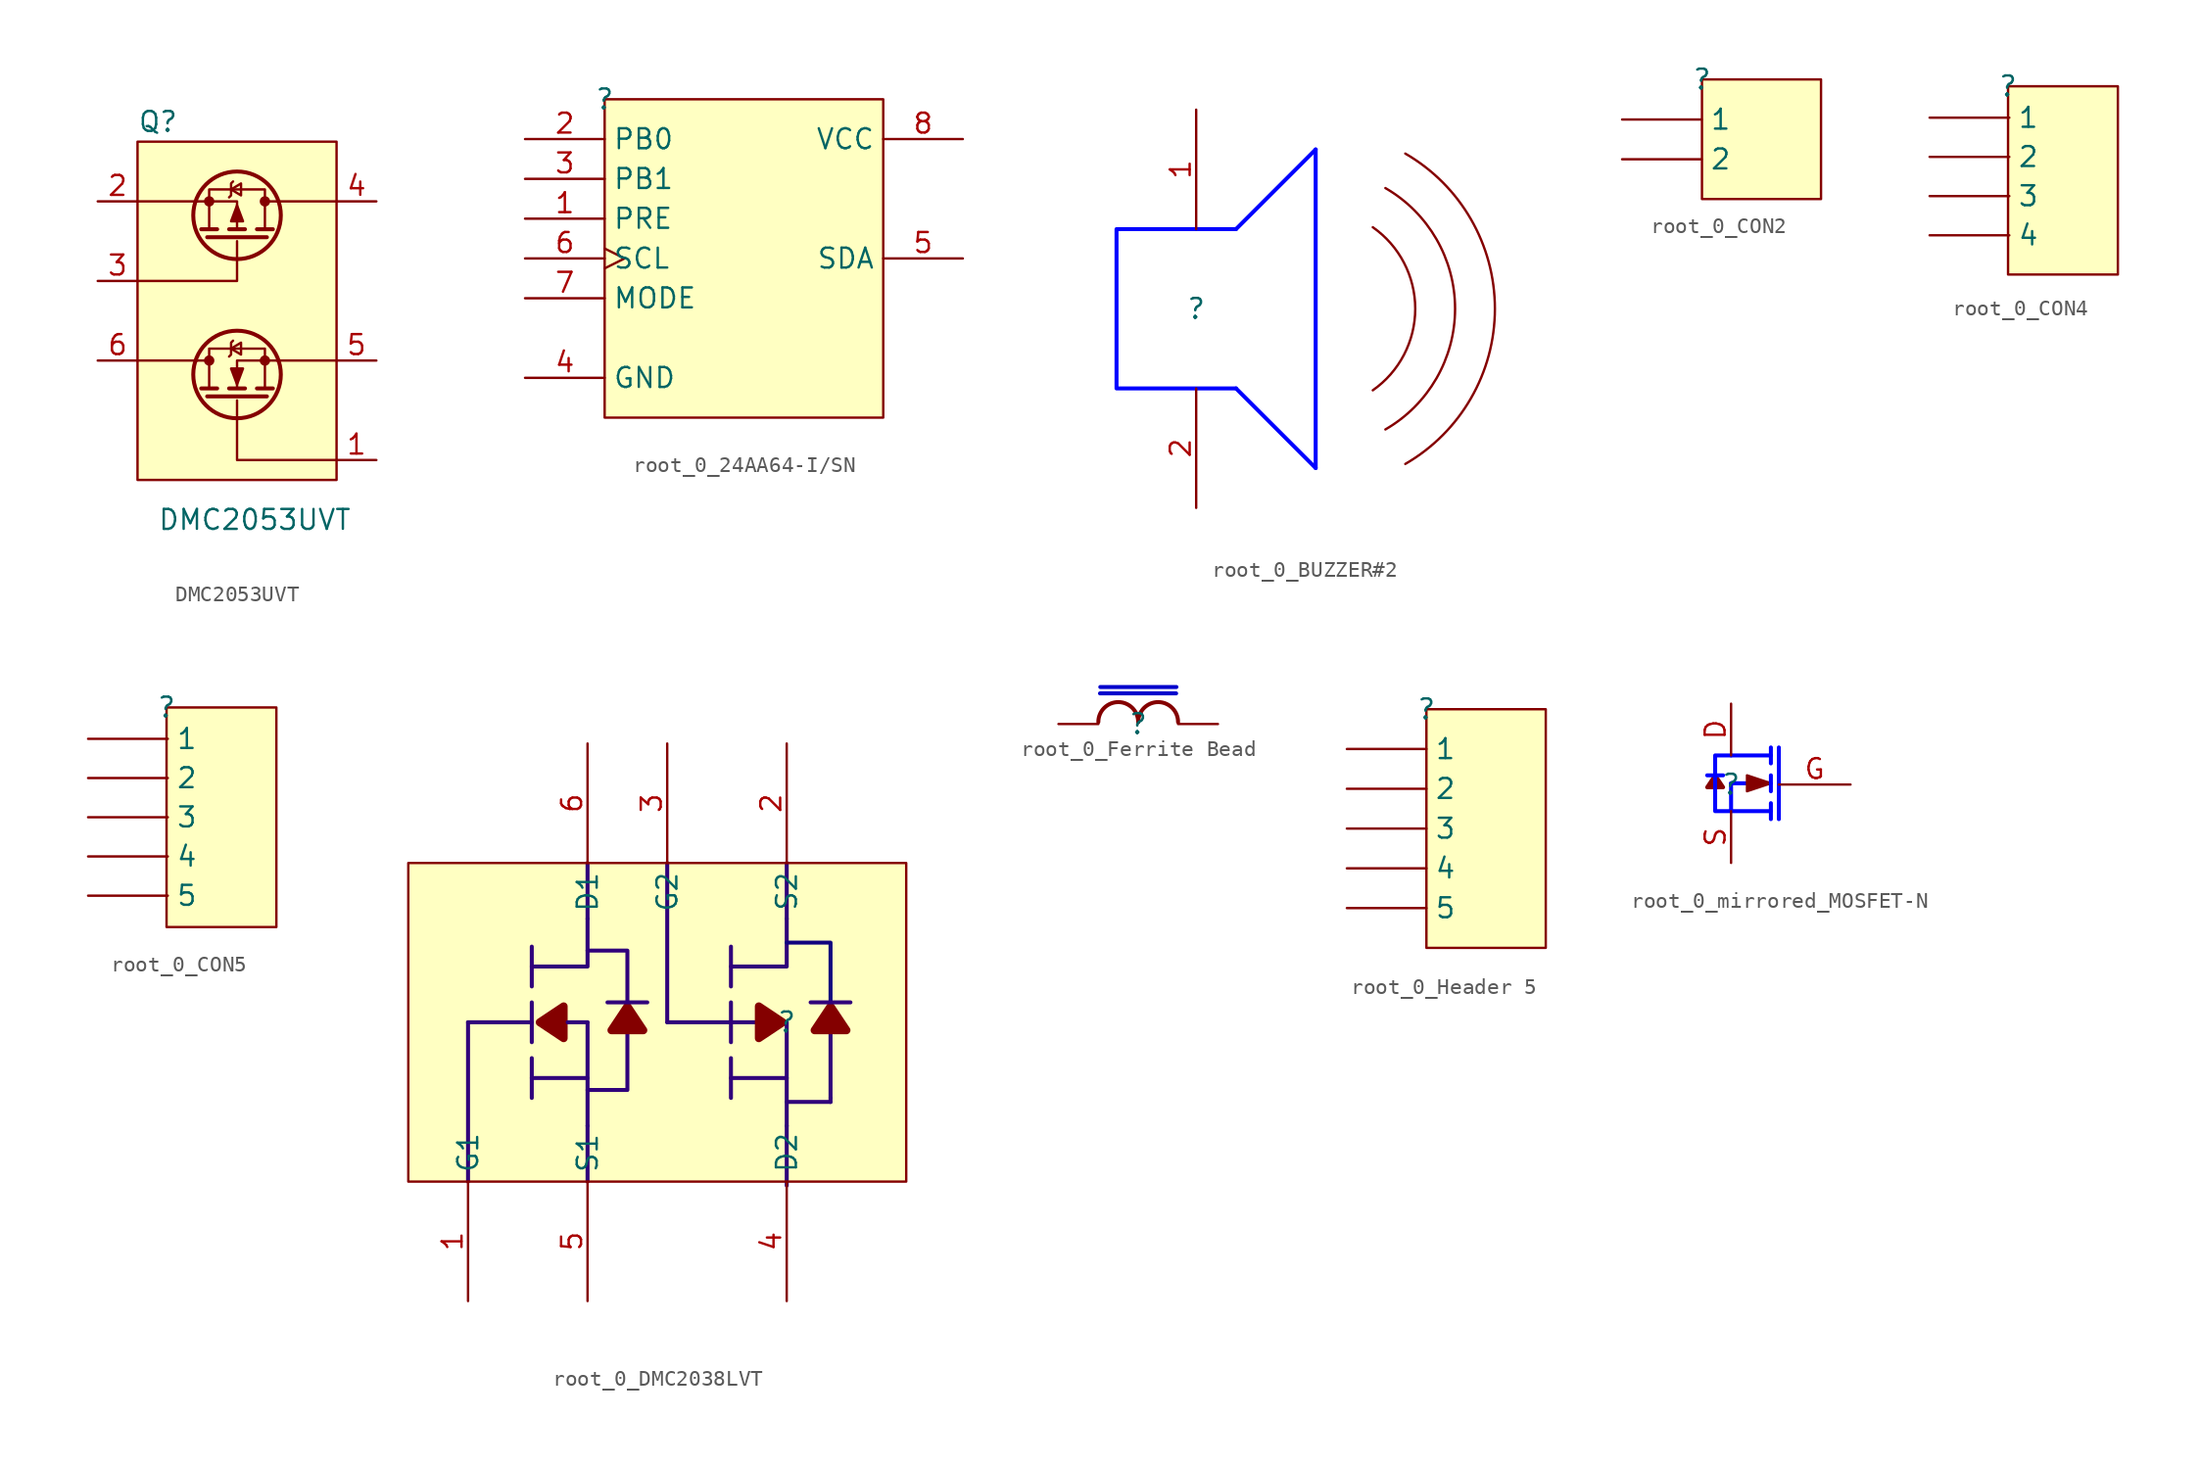
<source format=kicad_sym>
(kicad_symbol_lib
  (version 20220914)
  (generator kicad_symbol_editor)
  (symbol "DMC2053UVT"
    (pin_names hide)
    (property "Reference" "Q"
      (at -6.35 -12.7 0)
      (effects (font (size 1.27 1.27)) (justify left)))
    (property "Value" "DMC2053UVT"
      (at -5.08 -38.1 0)
      (effects (font (size 1.27 1.27)) (justify left)))
    (symbol "DMC2053UVT_0_1"
      (circle (center -1.778 -27.94) (radius 0.254) (stroke (width 0) (type default)) (fill (type outline)))
      (circle (center -1.778 -17.78) (radius 0.254) (stroke (width 0) (type default)) (fill (type outline)))
      (circle (center 0 -28.829) (radius 2.794) (stroke (width 0.254) (type default)) (fill (type none)))
      (circle (center 0 -18.669) (radius 2.794) (stroke (width 0.254) (type default)) (fill (type none)))
      (polyline (pts (xy -6.35 -27.94) (xy -2.54 -27.94)) (stroke (width 0) (type default)) (fill (type none)))
      (polyline (pts (xy -6.35 -17.78) (xy -2.54 -17.78)) (stroke (width 0) (type default)) (fill (type none)))
      (polyline (pts (xy -2.54 -27.94) (xy -1.778 -27.94)) (stroke (width 0) (type default)) (fill (type none)))
      (polyline (pts (xy -2.286 -29.718) (xy -1.27 -29.718)) (stroke (width 0.254) (type default)) (fill (type none)))
      (polyline (pts (xy -1.905 -30.226) (xy 1.905 -30.226)) (stroke (width 0.254) (type default)) (fill (type none)))
      (polyline (pts (xy -1.27 -19.558) (xy -2.286 -19.558)) (stroke (width 0.254) (type default)) (fill (type none)))
      (polyline (pts (xy -0.508 -29.718) (xy 0.508 -29.718)) (stroke (width 0.254) (type default)) (fill (type none)))
      (polyline (pts (xy 0.508 -19.558) (xy -0.508 -19.558)) (stroke (width 0.254) (type default)) (fill (type none)))
      (polyline (pts (xy 1.27 -29.718) (xy 2.286 -29.718)) (stroke (width 0.254) (type default)) (fill (type none)))
      (polyline (pts (xy 1.905 -20.066) (xy -1.905 -20.066)) (stroke (width 0.254) (type default)) (fill (type none)))
      (polyline (pts (xy 2.286 -19.558) (xy 1.27 -19.558)) (stroke (width 0.254) (type default)) (fill (type none)))
      (polyline (pts (xy 2.54 -17.78) (xy 1.778 -17.78)) (stroke (width 0) (type default)) (fill (type none)))
      (polyline (pts (xy 6.35 -27.94) (xy 2.54 -27.94)) (stroke (width 0) (type default)) (fill (type none)))
      (polyline (pts (xy 6.35 -17.78) (xy 2.54 -17.78)) (stroke (width 0) (type default)) (fill (type none)))
      (polyline (pts (xy -2.54 -17.78) (xy 0 -17.78) (xy 0 -19.558)) (stroke (width 0) (type default)) (fill (type none)))
      (polyline (pts (xy 0 -20.32) (xy 0 -22.86) (xy -6.35 -22.86)) (stroke (width 0) (type default)) (fill (type none)))
      (polyline (pts (xy 2.54 -27.94) (xy 0 -27.94) (xy 0 -29.718)) (stroke (width 0) (type default)) (fill (type none)))
      (polyline (pts (xy 6.35 -34.29) (xy 0 -34.29) (xy 0 -30.48)) (stroke (width 0) (type default)) (fill (type none)))
      (polyline (pts (xy -1.778 -19.558) (xy -1.778 -17.018) (xy 1.778 -17.018) (xy 1.778 -19.558)) (stroke (width 0) (type default)) (fill (type none)))
      (polyline (pts (xy 1.778 -29.718) (xy 1.778 -27.178) (xy -1.778 -27.178) (xy -1.778 -29.718)) (stroke (width 0) (type default)) (fill (type none)))
      (circle (center 1.778 -27.94) (radius 0.254) (stroke (width 0) (type default)) (fill (type outline)))
      (circle (center 1.778 -17.78) (radius 0.254) (stroke (width 0) (type default)) (fill (type outline))))
    (symbol "DMC2053UVT_1_1"
      (rectangle (start -6.35 -13.97) (end 6.35 -35.56) (stroke (width 0) (type default)) (fill (type background)))
      (polyline (pts (xy -0.508 -27.686) (xy -0.381 -27.559) (xy -0.381 -26.797) (xy -0.254 -26.67)) (stroke (width 0) (type default)) (fill (type none)))
      (polyline (pts (xy -0.508 -17.526) (xy -0.381 -17.399) (xy -0.381 -16.637) (xy -0.254 -16.51)) (stroke (width 0) (type default)) (fill (type none)))
      (polyline (pts (xy -0.381 -27.178) (xy 0.254 -27.559) (xy 0.254 -26.797) (xy -0.381 -27.178)) (stroke (width 0) (type default)) (fill (type none)))
      (polyline (pts (xy -0.381 -17.018) (xy 0.254 -17.399) (xy 0.254 -16.637) (xy -0.381 -17.018)) (stroke (width 0) (type default)) (fill (type none)))
      (polyline (pts (xy 0 -29.464) (xy -0.381 -28.448) (xy 0.381 -28.448) (xy 0 -29.464)) (stroke (width 0) (type default)) (fill (type outline)))
      (polyline (pts (xy 0 -18.034) (xy 0.381 -19.05) (xy -0.381 -19.05) (xy 0 -18.034)) (stroke (width 0) (type default)) (fill (type outline)))
      (pin passive line (at 8.89 -34.29 180) (length 2.54) (name "G" (effects (font (size 1.27 1.27)))) (number "1" (effects (font (size 1.27 1.27)))))
      (pin passive line (at -8.89 -17.78 0) (length 2.54) (name "S" (effects (font (size 1.27 1.27)))) (number "2" (effects (font (size 1.27 1.27)))))
      (pin passive line (at -8.89 -22.86 0) (length 2.54) (name "G" (effects (font (size 1.27 1.27)))) (number "3" (effects (font (size 1.27 1.27)))))
      (pin passive line (at 8.89 -17.78 180) (length 2.54) (name "D" (effects (font (size 1.27 1.27)))) (number "4" (effects (font (size 1.27 1.27)))))
      (pin passive line (at 8.89 -27.94 180) (length 2.54) (name "S" (effects (font (size 1.27 1.27)))) (number "5" (effects (font (size 1.27 1.27)))))
      (pin passive line (at -8.89 -27.94 0) (length 2.54) (name "D" (effects (font (size 1.27 1.27)))) (number "6" (effects (font (size 1.27 1.27)))))))
  (symbol "root_0_24AA64-I/SN"
    (property "Reference" ""
      (at 0 0 0)
      (effects (font (size 1.27 1.27))))
    (property "Value" ""
      (at 0 0 0)
      (effects (font (size 1.27 1.27))))
    (symbol "root_0_24AA64-I/SN_1_0"
      (rectangle (start 17.78 0) (end 0 -20.32) (stroke (width 0) (type solid)) (fill (type background)))
      (pin input line (at -5.08 -7.62 0) (length 5.08) (name "PRE" (effects (font (size 1.27 1.27)))) (number "1" (effects (font (size 1.27 1.27)))))
      (pin input line (at -5.08 -2.54 0) (length 5.08) (name "PB0" (effects (font (size 1.27 1.27)))) (number "2" (effects (font (size 1.27 1.27)))))
      (pin input line (at -5.08 -5.08 0) (length 5.08) (name "PB1" (effects (font (size 1.27 1.27)))) (number "3" (effects (font (size 1.27 1.27)))))
      (pin power_in line (at -5.08 -17.78 0) (length 5.08) (name "GND" (effects (font (size 1.27 1.27)))) (number "4" (effects (font (size 1.27 1.27)))))
      (pin bidirectional line (at 22.86 -10.16 180) (length 5.08) (name "SDA" (effects (font (size 1.27 1.27)))) (number "5" (effects (font (size 1.27 1.27)))))
      (pin input clock (at -5.08 -10.16 0) (length 5.08) (name "SCL" (effects (font (size 1.27 1.27)))) (number "6" (effects (font (size 1.27 1.27)))))
      (pin input line (at -5.08 -12.7 0) (length 5.08) (name "MODE" (effects (font (size 1.27 1.27)))) (number "7" (effects (font (size 1.27 1.27)))))
      (pin power_in line (at 22.86 -2.54 180) (length 5.08) (name "VCC" (effects (font (size 1.27 1.27)))) (number "8" (effects (font (size 1.27 1.27)))))))
  (symbol "root_0_BUZZER#2"
    (property "Reference" ""
      (at 0 0 0)
      (effects (font (size 1.27 1.27))))
    (property "Value" ""
      (at 0 0 0)
      (effects (font (size 1.27 1.27))))
    (symbol "root_0_BUZZER#2_1_0"
      (polyline (pts (xy 7.62 10.16) (xy 7.62 -10.16)) (stroke (width 0.254) (type solid) (color 0 0 255 1)) (fill (type none)))
      (polyline (pts (xy 2.54 -5.08) (xy 7.62 -10.16) (xy 7.62 -10.16)) (stroke (width 0.254) (type solid) (color 0 0 255 1)) (fill (type none)))
      (polyline (pts (xy 2.54 5.08) (xy 7.62 10.16) (xy 7.62 10.16)) (stroke (width 0.254) (type solid) (color 0 0 255 1)) (fill (type none)))
      (polyline (pts (xy 2.54 5.08) (xy -5.08 5.08) (xy -5.08 -5.08) (xy 2.54 -5.08)) (stroke (width 0.254) (type solid) (color 0 0 255 1)) (fill (type none)))
      (arc (start 11.2622 -5.2016) (mid 13.97 0) (end 11.2622 5.2016) (stroke (width 0) (type solid)) (fill (type none)))
      (arc (start 12.065 -7.699) (mid 16.51 0) (end 12.065 7.699) (stroke (width 0) (type solid)) (fill (type none)))
      (arc (start 13.335 -9.8987) (mid 19.05 0) (end 13.335 9.8987) (stroke (width 0) (type solid)) (fill (type none)))
      (pin passive line (at 0 12.7 270) (length 7.62) (name "1" (effects (font (size 0 0)))) (number "1" (effects (font (size 1.27 1.27)))))
      (pin passive line (at 0 -12.7 90) (length 7.62) (name "2" (effects (font (size 0 0)))) (number "2" (effects (font (size 1.27 1.27)))))))
  (symbol "root_0_CON2"
    (property "Reference" ""
      (at 0 0 0)
      (effects (font (size 1.27 1.27))))
    (property "Value" ""
      (at 0 0 0)
      (effects (font (size 1.27 1.27))))
    (symbol "root_0_CON2_1_0"
      (rectangle (start 7.6 0) (end 0 -7.64) (stroke (width 0) (type solid)) (fill (type background)))
      (pin passive line (at -5.1 -2.56 0) (length 5.08) (name "1" (effects (font (size 1.27 1.27)))) (number "1" (effects (font (size 0 0)))))
      (pin passive line (at -5.1 -5.1 0) (length 5.08) (name "2" (effects (font (size 1.27 1.27)))) (number "2" (effects (font (size 0 0)))))))
  (symbol "root_0_CON4"
    (property "Reference" ""
      (at 0 0 0)
      (effects (font (size 1.27 1.27))))
    (property "Value" ""
      (at 0 0 0)
      (effects (font (size 1.27 1.27))))
    (symbol "root_0_CON4_1_0"
      (rectangle (start 7 0) (end 0 -12) (stroke (width 0) (type solid)) (fill (type background)))
      (pin passive line (at -5 -2 0) (length 5.08) (name "1" (effects (font (size 1.27 1.27)))) (number "1" (effects (font (size 0 0)))))
      (pin passive line (at -5 -4.5 0) (length 5.08) (name "2" (effects (font (size 1.27 1.27)))) (number "2" (effects (font (size 0 0)))))
      (pin passive line (at -5 -7 0) (length 5.08) (name "3" (effects (font (size 1.27 1.27)))) (number "3" (effects (font (size 0 0)))))
      (pin passive line (at -5 -9.5 0) (length 5.08) (name "4" (effects (font (size 1.27 1.27)))) (number "4" (effects (font (size 0 0)))))))
  (symbol "root_0_CON5"
    (property "Reference" ""
      (at 0 0 0)
      (effects (font (size 1.27 1.27))))
    (property "Value" ""
      (at 0 0 0)
      (effects (font (size 1.27 1.27))))
    (symbol "root_0_CON5_1_0"
      (rectangle (start 7 0) (end 0 -14) (stroke (width 0) (type solid)) (fill (type background)))
      (pin passive line (at -5 -2 0) (length 5.08) (name "1" (effects (font (size 1.27 1.27)))) (number "1" (effects (font (size 0 0)))))
      (pin passive line (at -5 -4.5 0) (length 5.08) (name "2" (effects (font (size 1.27 1.27)))) (number "2" (effects (font (size 0 0)))))
      (pin passive line (at -5 -7 0) (length 5.08) (name "3" (effects (font (size 1.27 1.27)))) (number "3" (effects (font (size 0 0)))))
      (pin passive line (at -5 -9.5 0) (length 5.08) (name "4" (effects (font (size 1.27 1.27)))) (number "4" (effects (font (size 0 0)))))
      (pin passive line (at -5 -12 0) (length 5.08) (name "5" (effects (font (size 1.27 1.27)))) (number "5" (effects (font (size 0 0)))))))
  (symbol "root_0_DMC2038LVT"
    (property "Reference" ""
      (at 0 0 0)
      (effects (font (size 1.27 1.27))))
    (property "Value" ""
      (at 0 0 0)
      (effects (font (size 1.27 1.27))))
    (symbol "root_0_DMC2038LVT_1_0"
      (polyline (pts (xy -20.32 -10.16) (xy -20.32 0)) (stroke (width 0.254) (type solid) (color 48 0 123 1)) (fill (type none)))
      (polyline (pts (xy -20.32 0) (xy -16.256 0)) (stroke (width 0.254) (type solid) (color 48 0 123 1)) (fill (type none)))
      (polyline (pts (xy -16.256 -3.556) (xy -12.7 -3.556)) (stroke (width 0.254) (type solid) (color 48 0 123 1)) (fill (type none)))
      (polyline (pts (xy -16.256 -2.286) (xy -16.256 -4.826)) (stroke (width 0.254) (type solid) (color 48 0 123 1)) (fill (type none)))
      (polyline (pts (xy -16.256 1.27) (xy -16.256 -1.27)) (stroke (width 0.254) (type solid) (color 48 0 123 1)) (fill (type none)))
      (polyline (pts (xy -16.256 4.826) (xy -16.256 2.286)) (stroke (width 0.254) (type solid) (color 48 0 123 1)) (fill (type none)))
      (polyline (pts (xy -12.7 -6.604) (xy -12.7 -10.16)) (stroke (width 0.254) (type solid) (color 48 0 123 1)) (fill (type none)))
      (polyline (pts (xy -12.7 -6.604) (xy -12.7 0)) (stroke (width 0.254) (type solid) (color 48 0 123 1)) (fill (type none)))
      (polyline (pts (xy -12.7 0) (xy -13.97 0)) (stroke (width 0.254) (type solid) (color 48 0 123 1)) (fill (type none)))
      (polyline (pts (xy -12.7 6.604) (xy -12.7 10.16)) (stroke (width 0.254) (type solid) (color 48 0 123 1)) (fill (type none)))
      (polyline (pts (xy -8.89 1.27) (xy -11.43 1.27)) (stroke (width 0.254) (type solid) (color 48 0 123 1)) (fill (type none)))
      (polyline (pts (xy -7.62 0) (xy -7.62 10.16)) (stroke (width 0.254) (type solid) (color 48 0 123 1)) (fill (type none)))
      (polyline (pts (xy -3.556 -3.556) (xy 0 -3.556)) (stroke (width 0.254) (type solid) (color 48 0 123 1)) (fill (type none)))
      (polyline (pts (xy -3.556 -2.286) (xy -3.556 -4.826)) (stroke (width 0.254) (type solid) (color 48 0 123 1)) (fill (type none)))
      (polyline (pts (xy -3.556 0) (xy -7.62 0)) (stroke (width 0.254) (type solid) (color 48 0 123 1)) (fill (type none)))
      (polyline (pts (xy -3.556 1.27) (xy -3.556 -1.27)) (stroke (width 0.254) (type solid) (color 48 0 123 1)) (fill (type none)))
      (polyline (pts (xy -3.556 4.826) (xy -3.556 2.286)) (stroke (width 0.254) (type solid) (color 48 0 123 1)) (fill (type none)))
      (polyline (pts (xy -1.778 0) (xy -3.556 0)) (stroke (width 0.254) (type solid) (color 48 0 123 1)) (fill (type none)))
      (polyline (pts (xy 0 -6.604) (xy 0 -10.414)) (stroke (width 0.254) (type solid) (color 48 0 123 1)) (fill (type none)))
      (polyline (pts (xy 0 -5.08) (xy 2.794 -5.08)) (stroke (width 0.254) (type solid) (color 48 0 123 1)) (fill (type none)))
      (polyline (pts (xy 0 0) (xy 0 -6.604)) (stroke (width 0.254) (type solid) (color 48 0 123 1)) (fill (type none)))
      (polyline (pts (xy 0 6.604) (xy 0 10.16)) (stroke (width 0.254) (type solid) (color 48 0 123 1)) (fill (type none)))
      (polyline (pts (xy 2.794 -4.826) (xy 2.794 -5.08)) (stroke (width 0.254) (type solid) (color 48 0 123 1)) (fill (type none)))
      (polyline (pts (xy 2.794 -0.762) (xy 2.794 -4.826)) (stroke (width 0.254) (type solid) (color 48 0 123 1)) (fill (type none)))
      (polyline (pts (xy 4.064 1.27) (xy 1.524 1.27)) (stroke (width 0.254) (type solid) (color 48 0 123 1)) (fill (type none)))
      (polyline (pts (xy -16.256 3.556) (xy -12.7 3.556) (xy -12.7 6.604)) (stroke (width 0.254) (type solid) (color 48 0 123 1)) (fill (type none)))
      (polyline (pts (xy -10.16 -0.762) (xy -10.16 -4.318) (xy -12.7 -4.318)) (stroke (width 0.254) (type solid) (color 48 0 123 1)) (fill (type none)))
      (polyline (pts (xy -10.16 1.27) (xy -10.16 4.572) (xy -12.7 4.572)) (stroke (width 0.254) (type solid) (color 48 0 123 1)) (fill (type none)))
      (polyline (pts (xy -3.556 3.556) (xy 0 3.556) (xy 0 6.604)) (stroke (width 0.254) (type solid) (color 48 0 123 1)) (fill (type none)))
      (polyline (pts (xy 2.794 1.27) (xy 2.794 5.08) (xy 0 5.08)) (stroke (width 0.254) (type solid) (color 17 3 127 1)) (fill (type none)))
      (polyline (pts (xy -14.224 1.016) (xy -14.224 -1.016) (xy -15.748 0) (xy -14.224 1.016)) (stroke (width 0.508) (type solid)) (fill (type outline)))
      (polyline (pts (xy -9.144 -0.508) (xy -11.176 -0.508) (xy -10.16 1.016) (xy -9.144 -0.508)) (stroke (width 0.508) (type solid)) (fill (type outline)))
      (polyline (pts (xy -1.778 -1.016) (xy -1.778 1.016) (xy -0.254 0) (xy -1.778 -1.016)) (stroke (width 0.508) (type solid)) (fill (type outline)))
      (polyline (pts (xy 3.81 -0.508) (xy 1.778 -0.508) (xy 2.794 1.016) (xy 3.81 -0.508)) (stroke (width 0.508) (type solid)) (fill (type outline)))
      (rectangle (start 7.62 10.16) (end -24.13 -10.16) (stroke (width 0) (type solid)) (fill (type background)))
      (pin passive line (at -20.32 -17.78 90) (length 7.62) (name "G1" (effects (font (size 1.27 1.27)))) (number "1" (effects (font (size 1.27 1.27)))))
      (pin passive line (at 0 17.78 270) (length 7.62) (name "S2" (effects (font (size 1.27 1.27)))) (number "2" (effects (font (size 1.27 1.27)))))
      (pin passive line (at -7.62 17.78 270) (length 7.62) (name "G2" (effects (font (size 1.27 1.27)))) (number "3" (effects (font (size 1.27 1.27)))))
      (pin passive line (at 0 -17.78 90) (length 7.62) (name "D2" (effects (font (size 1.27 1.27)))) (number "4" (effects (font (size 1.27 1.27)))))
      (pin passive line (at -12.7 -17.78 90) (length 7.62) (name "S1" (effects (font (size 1.27 1.27)))) (number "5" (effects (font (size 1.27 1.27)))))
      (pin passive line (at -12.7 17.78 270) (length 7.62) (name "D1" (effects (font (size 1.27 1.27)))) (number "6" (effects (font (size 1.27 1.27)))))))
  (symbol "root_0_Ferrite Bead"
    (property "Reference" ""
      (at 0 0 0)
      (effects (font (size 1.27 1.27))))
    (property "Value" ""
      (at 0 0 0)
      (effects (font (size 1.27 1.27))))
    (symbol "root_0_Ferrite Bead_1_0"
      (arc (start -1.27 1.397) (mid -2.168 1.025) (end -2.54 0.127) (stroke (width 0.254) (type solid)) (fill (type none)))
      (polyline (pts (xy -2.435 1.952) (xy 2.417 1.952)) (stroke (width 0.254) (type solid) (color 0 0 204 1)) (fill (type none)))
      (polyline (pts (xy -2.416 2.359) (xy 2.436 2.359)) (stroke (width 0.254) (type solid) (color 0 0 204 1)) (fill (type none)))
      (arc (start 0 0.127) (mid -0.372 1.025) (end -1.27 1.397) (stroke (width 0.254) (type solid)) (fill (type none)))
      (arc (start 1.27 1.397) (mid 0.372 1.025) (end 0 0.127) (stroke (width 0.254) (type solid)) (fill (type none)))
      (arc (start 2.54 0.127) (mid 2.168 1.025) (end 1.27 1.397) (stroke (width 0.254) (type solid)) (fill (type none)))
      (pin passive line (at -5.08 0 0) (length 2.54) (name "1" (effects (font (size 0 0)))) (number "1" (effects (font (size 0 0)))))
      (pin passive line (at 5.08 0 180) (length 2.54) (name "2" (effects (font (size 0 0)))) (number "2" (effects (font (size 0 0)))))))
  (symbol "root_0_Header 5"
    (property "Reference" ""
      (at 0 0 0)
      (effects (font (size 1.27 1.27))))
    (property "Value" ""
      (at 0 0 0)
      (effects (font (size 1.27 1.27))))
    (symbol "root_0_Header 5_1_0"
      (rectangle (start 7.62 0) (end 0 -15.24) (stroke (width 0) (type solid)) (fill (type background)))
      (pin passive line (at -5.08 -2.54 0) (length 5.08) (name "1" (effects (font (size 1.27 1.27)))) (number "1" (effects (font (size 0 0)))))
      (pin passive line (at -5.08 -5.08 0) (length 5.08) (name "2" (effects (font (size 1.27 1.27)))) (number "2" (effects (font (size 0 0)))))
      (pin passive line (at -5.08 -7.62 0) (length 5.08) (name "3" (effects (font (size 1.27 1.27)))) (number "3" (effects (font (size 0 0)))))
      (pin passive line (at -5.08 -10.16 0) (length 5.08) (name "4" (effects (font (size 1.27 1.27)))) (number "4" (effects (font (size 0 0)))))
      (pin passive line (at -5.08 -12.7 0) (length 5.08) (name "5" (effects (font (size 1.27 1.27)))) (number "5" (effects (font (size 0 0)))))))
  (symbol "root_0_mirrored_MOSFET-N"
    (property "Reference" ""
      (at 0 0 0)
      (effects (font (size 1.27 1.27))))
    (property "Value" ""
      (at 0 0 0)
      (effects (font (size 1.27 1.27))))
    (symbol "root_0_mirrored_MOSFET-N_1_0"
      (polyline (pts (xy -0.508 0.588) (xy -1.524 0.588)) (stroke (width 0.254) (type solid) (color 0 0 255 1)) (fill (type none)))
      (polyline (pts (xy 0 -1.698) (xy 2.54 -1.698)) (stroke (width 0.254) (type solid) (color 0 0 255 1)) (fill (type none)))
      (polyline (pts (xy 0 0.08) (xy 0 -1.698)) (stroke (width 0.254) (type solid) (color 0 0 255 1)) (fill (type none)))
      (polyline (pts (xy 0 0.08) (xy 2.54 0.08)) (stroke (width 0.254) (type solid) (color 0 0 255 1)) (fill (type none)))
      (polyline (pts (xy 0 1.858) (xy 2.54 1.858)) (stroke (width 0.254) (type solid) (color 0 0 255 1)) (fill (type none)))
      (polyline (pts (xy 2.54 -2.206) (xy 2.54 -1.19)) (stroke (width 0.254) (type solid) (color 0 0 255 1)) (fill (type none)))
      (polyline (pts (xy 2.54 -0.428) (xy 2.54 0.588)) (stroke (width 0.254) (type solid) (color 0 0 255 1)) (fill (type none)))
      (polyline (pts (xy 2.54 2.366) (xy 2.54 1.35)) (stroke (width 0.254) (type solid) (color 0 0 255 1)) (fill (type none)))
      (polyline (pts (xy 3.048 2.366) (xy 3.048 -2.206)) (stroke (width 0.254) (type solid) (color 0 0 255 1)) (fill (type none)))
      (polyline (pts (xy -1.524 -0.174) (xy -1.016 0.588) (xy -0.508 -0.174) (xy -1.524 -0.174)) (stroke (width 0.254) (type solid)) (fill (type outline)))
      (polyline (pts (xy 0 1.858) (xy -1.016 1.858) (xy -1.016 -1.698) (xy 0 -1.698)) (stroke (width 0.254) (type solid) (color 0 0 255 1)) (fill (type none)))
      (polyline (pts (xy 2.54 0.08) (xy 1.016 -0.428) (xy 1.016 0.588) (xy 2.54 0.08)) (stroke (width 0) (type solid)) (fill (type outline)))
      (pin passive line (at 0 5.16 270) (length 3.302) (name "D" (effects (font (size 0 0)))) (number "D" (effects (font (size 1.27 1.27)))))
      (pin passive line (at 7.62 0 180) (length 4.572) (name "G" (effects (font (size 0 0)))) (number "G" (effects (font (size 1.27 1.27)))))
      (pin passive line (at 0 -5 90) (length 3.302) (name "S" (effects (font (size 0 0)))) (number "S" (effects (font (size 1.27 1.27))))))))
</source>
